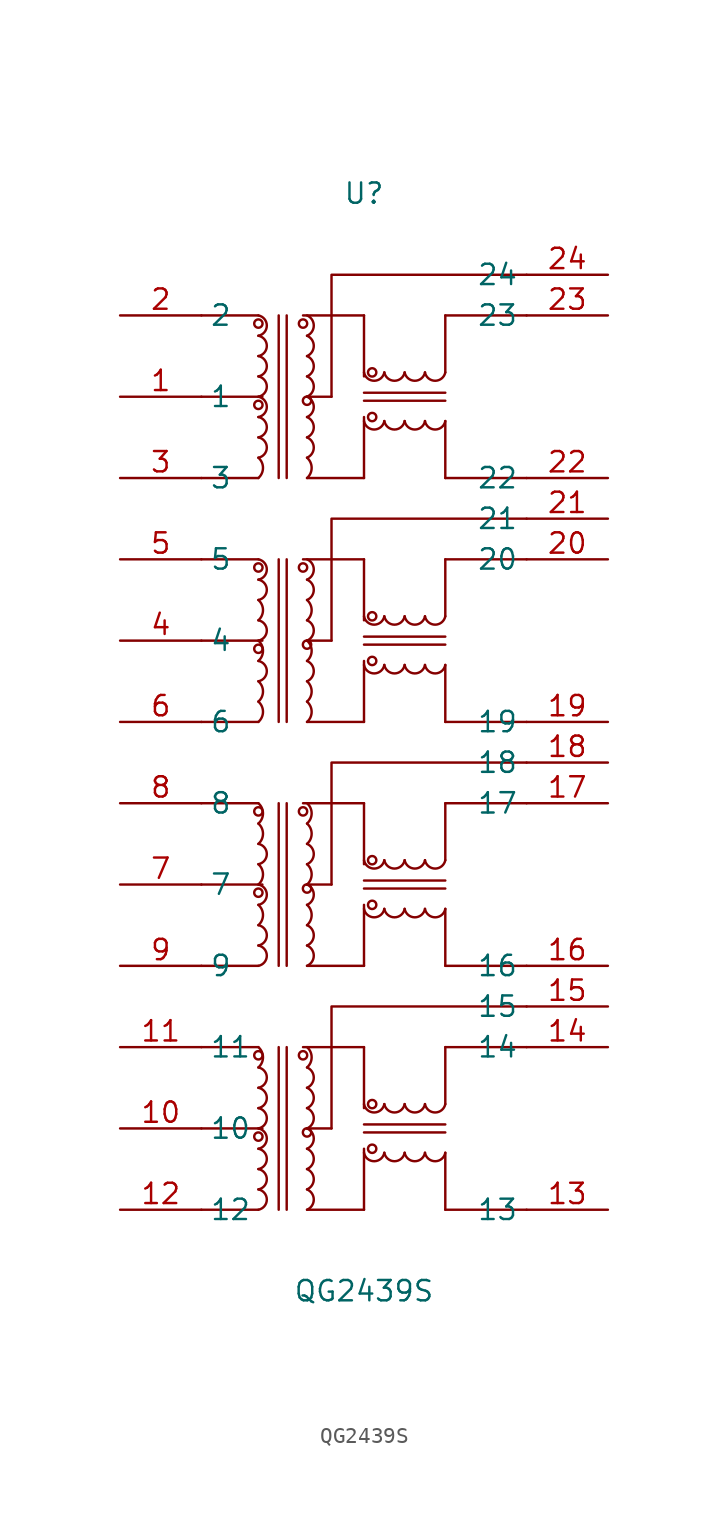
<source format=kicad_sym>
(kicad_symbol_lib
  (version 20211014)
  (generator https://github.com/uPesy/easyeda2kicad.py)
  (symbol "QG2439S"
    (property "Reference" "U"
      (at 0 35.56 0)
      (effects (font (size 1.27 1.27))))
    (property "Value" "QG2439S"
      (at 0 -33.02 0)
      (effects (font (size 1.27 1.27))))
    (symbol "QG2439S_0_1"
      (circle (center 0.51 21.59) (radius 0.26) (stroke (width 0) (type default) (color 0 0 0 0)) (fill (type none)))
      (circle (center 0.51 24.38) (radius 0.26) (stroke (width 0) (type default) (color 0 0 0 0)) (fill (type none)))
      (circle (center -3.81 27.43) (radius 0.26) (stroke (width 0) (type default) (color 0 0 0 0)) (fill (type none)))
      (circle (center -6.60 27.43) (radius 0.26) (stroke (width 0) (type default) (color 0 0 0 0)) (fill (type none)))
      (circle (center -6.60 22.35) (radius 0.26) (stroke (width 0) (type default) (color 0 0 0 0)) (fill (type none)))
      (circle (center -3.56 22.61) (radius 0.26) (stroke (width 0) (type default) (color 0 0 0 0)) (fill (type none)))
      (circle (center -3.56 7.37) (radius 0.26) (stroke (width 0) (type default) (color 0 0 0 0)) (fill (type none)))
      (circle (center -6.60 7.11) (radius 0.26) (stroke (width 0) (type default) (color 0 0 0 0)) (fill (type none)))
      (circle (center -6.60 12.19) (radius 0.26) (stroke (width 0) (type default) (color 0 0 0 0)) (fill (type none)))
      (circle (center -3.81 12.19) (radius 0.26) (stroke (width 0) (type default) (color 0 0 0 0)) (fill (type none)))
      (circle (center 0.51 9.14) (radius 0.26) (stroke (width 0) (type default) (color 0 0 0 0)) (fill (type none)))
      (circle (center 0.51 6.35) (radius 0.26) (stroke (width 0) (type default) (color 0 0 0 0)) (fill (type none)))
      (circle (center -3.56 -7.87) (radius 0.26) (stroke (width 0) (type default) (color 0 0 0 0)) (fill (type none)))
      (circle (center -6.60 -8.13) (radius 0.26) (stroke (width 0) (type default) (color 0 0 0 0)) (fill (type none)))
      (circle (center -6.60 -3.05) (radius 0.26) (stroke (width 0) (type default) (color 0 0 0 0)) (fill (type none)))
      (circle (center -3.81 -3.05) (radius 0.26) (stroke (width 0) (type default) (color 0 0 0 0)) (fill (type none)))
      (circle (center 0.51 -6.10) (radius 0.26) (stroke (width 0) (type default) (color 0 0 0 0)) (fill (type none)))
      (circle (center 0.51 -8.89) (radius 0.26) (stroke (width 0) (type default) (color 0 0 0 0)) (fill (type none)))
      (circle (center -3.56 -23.11) (radius 0.26) (stroke (width 0) (type default) (color 0 0 0 0)) (fill (type none)))
      (circle (center -6.60 -23.37) (radius 0.26) (stroke (width 0) (type default) (color 0 0 0 0)) (fill (type none)))
      (circle (center -6.60 -18.29) (radius 0.26) (stroke (width 0) (type default) (color 0 0 0 0)) (fill (type none)))
      (circle (center -3.81 -18.29) (radius 0.26) (stroke (width 0) (type default) (color 0 0 0 0)) (fill (type none)))
      (circle (center 0.51 -21.34) (radius 0.26) (stroke (width 0) (type default) (color 0 0 0 0)) (fill (type none)))
      (circle (center 0.51 -24.13) (radius 0.26) (stroke (width 0) (type default) (color 0 0 0 0)) (fill (type none)))
      (arc (start 0.00 -21.34) (mid 0.80 -20.59) (end 1.27 -21.34) (stroke (width 0) (type default) (color 0 0 0 0)) (fill (type none)))
      (arc (start 1.27 -21.34) (mid 2.07 -20.59) (end 2.54 -21.34) (stroke (width 0) (type default) (color 0 0 0 0)) (fill (type none)))
      (arc (start 2.54 -21.34) (mid 3.34 -20.59) (end 3.81 -21.34) (stroke (width 0) (type default) (color 0 0 0 0)) (fill (type none)))
      (arc (start 3.81 -21.34) (mid 4.61 -20.59) (end 5.08 -21.34) (stroke (width 0) (type default) (color 0 0 0 0)) (fill (type none)))
      (arc (start 0.00 -24.38) (mid 0.80 -23.64) (end 1.27 -24.38) (stroke (width 0) (type default) (color 0 0 0 0)) (fill (type none)))
      (arc (start 1.27 -24.38) (mid 2.07 -23.64) (end 2.54 -24.38) (stroke (width 0) (type default) (color 0 0 0 0)) (fill (type none)))
      (arc (start 2.54 -24.38) (mid 3.34 -23.64) (end 3.81 -24.38) (stroke (width 0) (type default) (color 0 0 0 0)) (fill (type none)))
      (arc (start 3.81 -24.38) (mid 4.61 -23.64) (end 5.08 -24.38) (stroke (width 0) (type default) (color 0 0 0 0)) (fill (type none)))
      (arc (start -3.56 -27.94) (mid -3.90 -26.62) (end -3.56 -26.67) (stroke (width 0) (type default) (color 0 0 0 0)) (fill (type none)))
      (arc (start -3.56 -26.67) (mid -3.90 -25.35) (end -3.56 -25.40) (stroke (width 0) (type default) (color 0 0 0 0)) (fill (type none)))
      (arc (start -3.56 -25.40) (mid -3.90 -24.08) (end -3.56 -24.13) (stroke (width 0) (type default) (color 0 0 0 0)) (fill (type none)))
      (arc (start -3.56 -24.13) (mid -3.90 -22.81) (end -3.56 -22.86) (stroke (width 0) (type default) (color 0 0 0 0)) (fill (type none)))
      (arc (start -3.56 -22.86) (mid -3.90 -21.54) (end -3.56 -21.59) (stroke (width 0) (type default) (color 0 0 0 0)) (fill (type none)))
      (arc (start -3.56 -21.59) (mid -3.90 -20.27) (end -3.56 -20.32) (stroke (width 0) (type default) (color 0 0 0 0)) (fill (type none)))
      (arc (start -3.56 -20.32) (mid -3.90 -19.00) (end -3.56 -19.05) (stroke (width 0) (type default) (color 0 0 0 0)) (fill (type none)))
      (arc (start -3.56 -19.05) (mid -3.40 -17.67) (end -3.56 -17.78) (stroke (width 0) (type default) (color 0 0 0 0)) (fill (type none)))
      (arc (start -6.60 -27.94) (mid -5.85 -27.44) (end -6.60 -26.67) (stroke (width 0) (type default) (color 0 0 0 0)) (fill (type none)))
      (arc (start -6.60 -26.67) (mid -5.85 -26.17) (end -6.60 -25.40) (stroke (width 0) (type default) (color 0 0 0 0)) (fill (type none)))
      (arc (start -6.60 -25.40) (mid -5.85 -24.90) (end -6.60 -24.13) (stroke (width 0) (type default) (color 0 0 0 0)) (fill (type none)))
      (arc (start -6.60 -24.13) (mid -5.85 -23.63) (end -6.60 -22.86) (stroke (width 0) (type default) (color 0 0 0 0)) (fill (type none)))
      (arc (start -6.60 -22.86) (mid -5.85 -22.36) (end -6.60 -21.59) (stroke (width 0) (type default) (color 0 0 0 0)) (fill (type none)))
      (arc (start -6.60 -21.59) (mid -5.85 -21.09) (end -6.60 -20.32) (stroke (width 0) (type default) (color 0 0 0 0)) (fill (type none)))
      (arc (start -6.60 -20.32) (mid -5.85 -19.82) (end -6.60 -19.05) (stroke (width 0) (type default) (color 0 0 0 0)) (fill (type none)))
      (arc (start -6.60 -19.05) (mid -6.44 -17.67) (end -6.60 -17.78) (stroke (width 0) (type default) (color 0 0 0 0)) (fill (type none)))
      (arc (start -6.60 -3.81) (mid -6.44 -2.43) (end -6.60 -2.54) (stroke (width 0) (type default) (color 0 0 0 0)) (fill (type none)))
      (arc (start -6.60 -5.08) (mid -6.44 -3.70) (end -6.60 -3.81) (stroke (width 0) (type default) (color 0 0 0 0)) (fill (type none)))
      (arc (start -6.60 -6.35) (mid -5.85 -5.85) (end -6.60 -5.08) (stroke (width 0) (type default) (color 0 0 0 0)) (fill (type none)))
      (arc (start -6.60 -7.62) (mid -6.44 -6.24) (end -6.60 -6.35) (stroke (width 0) (type default) (color 0 0 0 0)) (fill (type none)))
      (arc (start -6.60 -8.89) (mid -5.85 -8.39) (end -6.60 -7.62) (stroke (width 0) (type default) (color 0 0 0 0)) (fill (type none)))
      (arc (start -6.60 -10.16) (mid -6.44 -8.78) (end -6.60 -8.89) (stroke (width 0) (type default) (color 0 0 0 0)) (fill (type none)))
      (arc (start -6.60 -11.43) (mid -5.85 -10.93) (end -6.60 -10.16) (stroke (width 0) (type default) (color 0 0 0 0)) (fill (type none)))
      (arc (start -6.60 -12.70) (mid -5.85 -12.20) (end -6.60 -11.43) (stroke (width 0) (type default) (color 0 0 0 0)) (fill (type none)))
      (arc (start -3.56 -3.81) (mid -3.40 -2.43) (end -3.56 -2.54) (stroke (width 0) (type default) (color 0 0 0 0)) (fill (type none)))
      (arc (start -3.56 -5.08) (mid -3.40 -3.70) (end -3.56 -3.81) (stroke (width 0) (type default) (color 0 0 0 0)) (fill (type none)))
      (arc (start -3.56 -6.35) (mid -3.90 -5.03) (end -3.56 -5.08) (stroke (width 0) (type default) (color 0 0 0 0)) (fill (type none)))
      (arc (start -3.56 -7.62) (mid -3.40 -6.24) (end -3.56 -6.35) (stroke (width 0) (type default) (color 0 0 0 0)) (fill (type none)))
      (arc (start -3.56 -8.89) (mid -3.90 -7.57) (end -3.56 -7.62) (stroke (width 0) (type default) (color 0 0 0 0)) (fill (type none)))
      (arc (start -3.56 -10.16) (mid -3.40 -8.78) (end -3.56 -8.89) (stroke (width 0) (type default) (color 0 0 0 0)) (fill (type none)))
      (arc (start -3.56 -11.43) (mid -3.90 -10.11) (end -3.56 -10.16) (stroke (width 0) (type default) (color 0 0 0 0)) (fill (type none)))
      (arc (start -3.56 -12.70) (mid -3.90 -11.38) (end -3.56 -11.43) (stroke (width 0) (type default) (color 0 0 0 0)) (fill (type none)))
      (arc (start 3.81 -9.14) (mid 4.61 -8.40) (end 5.08 -9.14) (stroke (width 0) (type default) (color 0 0 0 0)) (fill (type none)))
      (arc (start 2.54 -9.14) (mid 3.34 -8.40) (end 3.81 -9.14) (stroke (width 0) (type default) (color 0 0 0 0)) (fill (type none)))
      (arc (start 1.27 -9.14) (mid 2.07 -8.40) (end 2.54 -9.14) (stroke (width 0) (type default) (color 0 0 0 0)) (fill (type none)))
      (arc (start 0.00 -9.14) (mid 0.80 -8.40) (end 1.27 -9.14) (stroke (width 0) (type default) (color 0 0 0 0)) (fill (type none)))
      (arc (start 3.81 -6.10) (mid 4.61 -5.35) (end 5.08 -6.10) (stroke (width 0) (type default) (color 0 0 0 0)) (fill (type none)))
      (arc (start 2.54 -6.10) (mid 3.34 -5.35) (end 3.81 -6.10) (stroke (width 0) (type default) (color 0 0 0 0)) (fill (type none)))
      (arc (start 1.27 -6.10) (mid 2.07 -5.35) (end 2.54 -6.10) (stroke (width 0) (type default) (color 0 0 0 0)) (fill (type none)))
      (arc (start 0.00 -6.10) (mid 0.80 -5.35) (end 1.27 -6.10) (stroke (width 0) (type default) (color 0 0 0 0)) (fill (type none)))
      (arc (start -6.60 11.43) (mid -5.85 11.93) (end -6.60 12.70) (stroke (width 0) (type default) (color 0 0 0 0)) (fill (type none)))
      (arc (start -6.60 10.16) (mid -5.85 10.66) (end -6.60 11.43) (stroke (width 0) (type default) (color 0 0 0 0)) (fill (type none)))
      (arc (start -6.60 8.89) (mid -6.44 10.27) (end -6.60 10.16) (stroke (width 0) (type default) (color 0 0 0 0)) (fill (type none)))
      (arc (start -6.60 7.62) (mid -5.85 8.12) (end -6.60 8.89) (stroke (width 0) (type default) (color 0 0 0 0)) (fill (type none)))
      (arc (start -6.60 6.35) (mid -6.44 7.73) (end -6.60 7.62) (stroke (width 0) (type default) (color 0 0 0 0)) (fill (type none)))
      (arc (start -6.60 5.08) (mid -5.85 5.58) (end -6.60 6.35) (stroke (width 0) (type default) (color 0 0 0 0)) (fill (type none)))
      (arc (start -6.60 3.81) (mid -6.44 5.19) (end -6.60 5.08) (stroke (width 0) (type default) (color 0 0 0 0)) (fill (type none)))
      (arc (start -6.60 2.54) (mid -6.44 3.92) (end -6.60 3.81) (stroke (width 0) (type default) (color 0 0 0 0)) (fill (type none)))
      (arc (start -3.56 11.43) (mid -3.90 12.75) (end -3.56 12.70) (stroke (width 0) (type default) (color 0 0 0 0)) (fill (type none)))
      (arc (start -3.56 10.16) (mid -3.90 11.48) (end -3.56 11.43) (stroke (width 0) (type default) (color 0 0 0 0)) (fill (type none)))
      (arc (start -3.56 8.89) (mid -3.40 10.27) (end -3.56 10.16) (stroke (width 0) (type default) (color 0 0 0 0)) (fill (type none)))
      (arc (start -3.56 7.62) (mid -3.90 8.94) (end -3.56 8.89) (stroke (width 0) (type default) (color 0 0 0 0)) (fill (type none)))
      (arc (start -3.56 6.35) (mid -3.40 7.73) (end -3.56 7.62) (stroke (width 0) (type default) (color 0 0 0 0)) (fill (type none)))
      (arc (start -3.56 5.08) (mid -3.90 6.40) (end -3.56 6.35) (stroke (width 0) (type default) (color 0 0 0 0)) (fill (type none)))
      (arc (start -3.56 3.81) (mid -3.40 5.19) (end -3.56 5.08) (stroke (width 0) (type default) (color 0 0 0 0)) (fill (type none)))
      (arc (start -3.56 2.54) (mid -3.40 3.92) (end -3.56 3.81) (stroke (width 0) (type default) (color 0 0 0 0)) (fill (type none)))
      (arc (start 3.81 6.10) (mid 4.61 6.84) (end 5.08 6.10) (stroke (width 0) (type default) (color 0 0 0 0)) (fill (type none)))
      (arc (start 2.54 6.10) (mid 3.34 6.84) (end 3.81 6.10) (stroke (width 0) (type default) (color 0 0 0 0)) (fill (type none)))
      (arc (start 1.27 6.10) (mid 2.07 6.84) (end 2.54 6.10) (stroke (width 0) (type default) (color 0 0 0 0)) (fill (type none)))
      (arc (start 0.00 6.10) (mid 0.80 6.84) (end 1.27 6.10) (stroke (width 0) (type default) (color 0 0 0 0)) (fill (type none)))
      (arc (start 3.81 9.14) (mid 4.61 9.89) (end 5.08 9.14) (stroke (width 0) (type default) (color 0 0 0 0)) (fill (type none)))
      (arc (start 2.54 9.14) (mid 3.34 9.89) (end 3.81 9.14) (stroke (width 0) (type default) (color 0 0 0 0)) (fill (type none)))
      (arc (start 1.27 9.14) (mid 2.07 9.89) (end 2.54 9.14) (stroke (width 0) (type default) (color 0 0 0 0)) (fill (type none)))
      (arc (start 0.00 9.14) (mid 0.80 9.89) (end 1.27 9.14) (stroke (width 0) (type default) (color 0 0 0 0)) (fill (type none)))
      (arc (start -6.60 26.67) (mid -5.85 27.17) (end -6.60 27.94) (stroke (width 0) (type default) (color 0 0 0 0)) (fill (type none)))
      (arc (start -6.60 25.40) (mid -5.85 25.90) (end -6.60 26.67) (stroke (width 0) (type default) (color 0 0 0 0)) (fill (type none)))
      (arc (start -6.60 24.13) (mid -5.85 24.63) (end -6.60 25.40) (stroke (width 0) (type default) (color 0 0 0 0)) (fill (type none)))
      (arc (start -6.60 22.86) (mid -5.85 23.36) (end -6.60 24.13) (stroke (width 0) (type default) (color 0 0 0 0)) (fill (type none)))
      (arc (start -6.60 21.59) (mid -5.85 22.09) (end -6.60 22.86) (stroke (width 0) (type default) (color 0 0 0 0)) (fill (type none)))
      (arc (start -6.60 20.32) (mid -5.85 20.82) (end -6.60 21.59) (stroke (width 0) (type default) (color 0 0 0 0)) (fill (type none)))
      (arc (start -6.60 19.05) (mid -5.85 19.55) (end -6.60 20.32) (stroke (width 0) (type default) (color 0 0 0 0)) (fill (type none)))
      (arc (start -6.60 17.78) (mid -6.44 19.16) (end -6.60 19.05) (stroke (width 0) (type default) (color 0 0 0 0)) (fill (type none)))
      (arc (start -3.56 26.67) (mid -3.90 27.99) (end -3.56 27.94) (stroke (width 0) (type default) (color 0 0 0 0)) (fill (type none)))
      (arc (start -3.56 25.40) (mid -3.90 26.72) (end -3.56 26.67) (stroke (width 0) (type default) (color 0 0 0 0)) (fill (type none)))
      (arc (start -3.56 24.13) (mid -3.90 25.45) (end -3.56 25.40) (stroke (width 0) (type default) (color 0 0 0 0)) (fill (type none)))
      (arc (start -3.56 22.86) (mid -3.90 24.18) (end -3.56 24.13) (stroke (width 0) (type default) (color 0 0 0 0)) (fill (type none)))
      (arc (start -3.56 21.59) (mid -3.90 22.91) (end -3.56 22.86) (stroke (width 0) (type default) (color 0 0 0 0)) (fill (type none)))
      (arc (start -3.56 20.32) (mid -3.90 21.64) (end -3.56 21.59) (stroke (width 0) (type default) (color 0 0 0 0)) (fill (type none)))
      (arc (start -3.56 19.05) (mid -3.90 20.37) (end -3.56 20.32) (stroke (width 0) (type default) (color 0 0 0 0)) (fill (type none)))
      (arc (start -3.56 17.78) (mid -3.40 19.16) (end -3.56 19.05) (stroke (width 0) (type default) (color 0 0 0 0)) (fill (type none)))
      (arc (start 3.81 21.34) (mid 4.61 22.08) (end 5.08 21.34) (stroke (width 0) (type default) (color 0 0 0 0)) (fill (type none)))
      (arc (start 2.54 21.34) (mid 3.34 22.08) (end 3.81 21.34) (stroke (width 0) (type default) (color 0 0 0 0)) (fill (type none)))
      (arc (start 1.27 21.34) (mid 2.07 22.08) (end 2.54 21.34) (stroke (width 0) (type default) (color 0 0 0 0)) (fill (type none)))
      (arc (start 0.00 21.34) (mid 0.80 22.08) (end 1.27 21.34) (stroke (width 0) (type default) (color 0 0 0 0)) (fill (type none)))
      (arc (start 3.81 24.38) (mid 4.61 25.13) (end 5.08 24.38) (stroke (width 0) (type default) (color 0 0 0 0)) (fill (type none)))
      (arc (start 2.54 24.38) (mid 3.34 25.13) (end 3.81 24.38) (stroke (width 0) (type default) (color 0 0 0 0)) (fill (type none)))
      (arc (start 1.27 24.38) (mid 2.07 25.13) (end 2.54 24.38) (stroke (width 0) (type default) (color 0 0 0 0)) (fill (type none)))
      (arc (start 0.00 24.38) (mid 0.80 25.13) (end 1.27 24.38) (stroke (width 0) (type default) (color 0 0 0 0)) (fill (type none)))
      (polyline (pts (xy 5.08 17.78) (xy 10.16 17.78)) (stroke (width 0) (type default) (color 0 0 0 0)) (fill (type none)))
      (polyline (pts (xy 5.08 27.94) (xy 10.16 27.94)) (stroke (width 0) (type default) (color 0 0 0 0)) (fill (type none)))
      (polyline (pts (xy 5.08 17.78) (xy 5.08 21.34)) (stroke (width 0) (type default) (color 0 0 0 0)) (fill (type none)))
      (polyline (pts (xy 0.00 17.78) (xy 0.00 21.59)) (stroke (width 0) (type default) (color 0 0 0 0)) (fill (type none)))
      (polyline (pts (xy 5.08 27.94) (xy 5.08 24.38)) (stroke (width 0) (type default) (color 0 0 0 0)) (fill (type none)))
      (polyline (pts (xy 0.00 27.94) (xy 0.00 24.13)) (stroke (width 0) (type default) (color 0 0 0 0)) (fill (type none)))
      (polyline (pts (xy 5.08 22.61) (xy 0.00 22.61)) (stroke (width 0) (type default) (color 0 0 0 0)) (fill (type none)))
      (polyline (pts (xy 5.08 23.11) (xy 0.00 23.11)) (stroke (width 0) (type default) (color 0 0 0 0)) (fill (type none)))
      (polyline (pts (xy 0.00 17.78) (xy -3.56 17.78)) (stroke (width 0) (type default) (color 0 0 0 0)) (fill (type none)))
      (polyline (pts (xy -2.03 22.86) (xy -3.56 22.86)) (stroke (width 0) (type default) (color 0 0 0 0)) (fill (type none)))
      (polyline (pts (xy 0.00 27.94) (xy -3.81 27.94)) (stroke (width 0) (type default) (color 0 0 0 0)) (fill (type none)))
      (polyline (pts (xy -10.16 27.94) (xy -6.60 27.94)) (stroke (width 0) (type default) (color 0 0 0 0)) (fill (type none)))
      (polyline (pts (xy -6.60 17.78) (xy -10.16 17.78)) (stroke (width 0) (type default) (color 0 0 0 0)) (fill (type none)))
      (polyline (pts (xy -5.33 17.78) (xy -5.33 27.94)) (stroke (width 0) (type default) (color 0 0 0 0)) (fill (type none)))
      (polyline (pts (xy -4.83 17.78) (xy -4.83 27.94)) (stroke (width 0) (type default) (color 0 0 0 0)) (fill (type none)))
      (polyline (pts (xy -10.16 22.86) (xy -6.35 22.86)) (stroke (width 0) (type default) (color 0 0 0 0)) (fill (type none)))
      (polyline (pts (xy -2.03 22.86) (xy -2.03 30.48) (xy 10.16 30.48)) (stroke (width 0) (type default) (color 0 0 0 0)) (fill (type none)))
      (polyline (pts (xy -2.03 7.62) (xy -2.03 15.24) (xy 10.16 15.24)) (stroke (width 0) (type default) (color 0 0 0 0)) (fill (type none)))
      (polyline (pts (xy -10.16 7.62) (xy -6.35 7.62)) (stroke (width 0) (type default) (color 0 0 0 0)) (fill (type none)))
      (polyline (pts (xy -4.83 2.54) (xy -4.83 12.70)) (stroke (width 0) (type default) (color 0 0 0 0)) (fill (type none)))
      (polyline (pts (xy -5.33 2.54) (xy -5.33 12.70)) (stroke (width 0) (type default) (color 0 0 0 0)) (fill (type none)))
      (polyline (pts (xy -6.60 2.54) (xy -10.16 2.54)) (stroke (width 0) (type default) (color 0 0 0 0)) (fill (type none)))
      (polyline (pts (xy -10.16 12.70) (xy -6.60 12.70)) (stroke (width 0) (type default) (color 0 0 0 0)) (fill (type none)))
      (polyline (pts (xy 0.00 12.70) (xy -3.81 12.70)) (stroke (width 0) (type default) (color 0 0 0 0)) (fill (type none)))
      (polyline (pts (xy -2.03 7.62) (xy -3.56 7.62)) (stroke (width 0) (type default) (color 0 0 0 0)) (fill (type none)))
      (polyline (pts (xy 0.00 2.54) (xy -3.56 2.54)) (stroke (width 0) (type default) (color 0 0 0 0)) (fill (type none)))
      (polyline (pts (xy 5.08 7.87) (xy 0.00 7.87)) (stroke (width 0) (type default) (color 0 0 0 0)) (fill (type none)))
      (polyline (pts (xy 5.08 7.37) (xy 0.00 7.37)) (stroke (width 0) (type default) (color 0 0 0 0)) (fill (type none)))
      (polyline (pts (xy 0.00 12.70) (xy 0.00 8.89)) (stroke (width 0) (type default) (color 0 0 0 0)) (fill (type none)))
      (polyline (pts (xy 5.08 12.70) (xy 5.08 9.14)) (stroke (width 0) (type default) (color 0 0 0 0)) (fill (type none)))
      (polyline (pts (xy 0.00 2.54) (xy 0.00 6.35)) (stroke (width 0) (type default) (color 0 0 0 0)) (fill (type none)))
      (polyline (pts (xy 5.08 2.54) (xy 5.08 6.10)) (stroke (width 0) (type default) (color 0 0 0 0)) (fill (type none)))
      (polyline (pts (xy 5.08 12.70) (xy 10.16 12.70)) (stroke (width 0) (type default) (color 0 0 0 0)) (fill (type none)))
      (polyline (pts (xy 5.08 2.54) (xy 10.16 2.54)) (stroke (width 0) (type default) (color 0 0 0 0)) (fill (type none)))
      (polyline (pts (xy -2.03 -7.62) (xy -2.03 -0.00) (xy 10.16 -0.00)) (stroke (width 0) (type default) (color 0 0 0 0)) (fill (type none)))
      (polyline (pts (xy -10.16 -7.62) (xy -6.35 -7.62)) (stroke (width 0) (type default) (color 0 0 0 0)) (fill (type none)))
      (polyline (pts (xy -4.83 -12.70) (xy -4.83 -2.54)) (stroke (width 0) (type default) (color 0 0 0 0)) (fill (type none)))
      (polyline (pts (xy -5.33 -12.70) (xy -5.33 -2.54)) (stroke (width 0) (type default) (color 0 0 0 0)) (fill (type none)))
      (polyline (pts (xy -6.60 -12.70) (xy -10.16 -12.70)) (stroke (width 0) (type default) (color 0 0 0 0)) (fill (type none)))
      (polyline (pts (xy -10.16 -2.54) (xy -6.60 -2.54)) (stroke (width 0) (type default) (color 0 0 0 0)) (fill (type none)))
      (polyline (pts (xy 0.00 -2.54) (xy -3.81 -2.54)) (stroke (width 0) (type default) (color 0 0 0 0)) (fill (type none)))
      (polyline (pts (xy -2.03 -7.62) (xy -3.56 -7.62)) (stroke (width 0) (type default) (color 0 0 0 0)) (fill (type none)))
      (polyline (pts (xy 0.00 -12.70) (xy -3.56 -12.70)) (stroke (width 0) (type default) (color 0 0 0 0)) (fill (type none)))
      (polyline (pts (xy 5.08 -7.37) (xy 0.00 -7.37)) (stroke (width 0) (type default) (color 0 0 0 0)) (fill (type none)))
      (polyline (pts (xy 5.08 -7.87) (xy 0.00 -7.87)) (stroke (width 0) (type default) (color 0 0 0 0)) (fill (type none)))
      (polyline (pts (xy 0.00 -2.54) (xy 0.00 -6.35)) (stroke (width 0) (type default) (color 0 0 0 0)) (fill (type none)))
      (polyline (pts (xy 5.08 -2.54) (xy 5.08 -6.10)) (stroke (width 0) (type default) (color 0 0 0 0)) (fill (type none)))
      (polyline (pts (xy 0.00 -12.70) (xy 0.00 -8.89)) (stroke (width 0) (type default) (color 0 0 0 0)) (fill (type none)))
      (polyline (pts (xy 5.08 -12.70) (xy 5.08 -9.14)) (stroke (width 0) (type default) (color 0 0 0 0)) (fill (type none)))
      (polyline (pts (xy 5.08 -2.54) (xy 10.16 -2.54)) (stroke (width 0) (type default) (color 0 0 0 0)) (fill (type none)))
      (polyline (pts (xy 5.08 -12.70) (xy 10.16 -12.70)) (stroke (width 0) (type default) (color 0 0 0 0)) (fill (type none)))
      (polyline (pts (xy -2.03 -22.86) (xy -2.03 -15.24) (xy 10.16 -15.24)) (stroke (width 0) (type default) (color 0 0 0 0)) (fill (type none)))
      (polyline (pts (xy -10.16 -22.86) (xy -6.35 -22.86)) (stroke (width 0) (type default) (color 0 0 0 0)) (fill (type none)))
      (polyline (pts (xy -4.83 -27.94) (xy -4.83 -17.78)) (stroke (width 0) (type default) (color 0 0 0 0)) (fill (type none)))
      (polyline (pts (xy -5.33 -27.94) (xy -5.33 -17.78)) (stroke (width 0) (type default) (color 0 0 0 0)) (fill (type none)))
      (polyline (pts (xy -6.60 -27.94) (xy -10.16 -27.94)) (stroke (width 0) (type default) (color 0 0 0 0)) (fill (type none)))
      (polyline (pts (xy -10.16 -17.78) (xy -6.60 -17.78)) (stroke (width 0) (type default) (color 0 0 0 0)) (fill (type none)))
      (polyline (pts (xy 0.00 -17.78) (xy -3.81 -17.78)) (stroke (width 0) (type default) (color 0 0 0 0)) (fill (type none)))
      (polyline (pts (xy -2.03 -22.86) (xy -3.56 -22.86)) (stroke (width 0) (type default) (color 0 0 0 0)) (fill (type none)))
      (polyline (pts (xy 0.00 -27.94) (xy -3.56 -27.94)) (stroke (width 0) (type default) (color 0 0 0 0)) (fill (type none)))
      (polyline (pts (xy 5.08 -22.61) (xy 0.00 -22.61)) (stroke (width 0) (type default) (color 0 0 0 0)) (fill (type none)))
      (polyline (pts (xy 5.08 -23.11) (xy 0.00 -23.11)) (stroke (width 0) (type default) (color 0 0 0 0)) (fill (type none)))
      (polyline (pts (xy 0.00 -17.78) (xy 0.00 -21.59)) (stroke (width 0) (type default) (color 0 0 0 0)) (fill (type none)))
      (polyline (pts (xy 5.08 -17.78) (xy 5.08 -21.34)) (stroke (width 0) (type default) (color 0 0 0 0)) (fill (type none)))
      (polyline (pts (xy 0.00 -27.94) (xy 0.00 -24.13)) (stroke (width 0) (type default) (color 0 0 0 0)) (fill (type none)))
      (polyline (pts (xy 5.08 -27.94) (xy 5.08 -24.38)) (stroke (width 0) (type default) (color 0 0 0 0)) (fill (type none)))
      (polyline (pts (xy 5.08 -17.78) (xy 10.16 -17.78)) (stroke (width 0) (type default) (color 0 0 0 0)) (fill (type none)))
      (polyline (pts (xy 5.08 -27.94) (xy 10.16 -27.94)) (stroke (width 0) (type default) (color 0 0 0 0)) (fill (type none)))
      (pin unspecified line (at -15.24 22.86 0) (length 5.08) (name "1" (effects (font (size 1.27 1.27)))) (number "1" (effects (font (size 1.27 1.27)))))
      (pin unspecified line (at -15.24 27.94 0) (length 5.08) (name "2" (effects (font (size 1.27 1.27)))) (number "2" (effects (font (size 1.27 1.27)))))
      (pin unspecified line (at -15.24 17.78 0) (length 5.08) (name "3" (effects (font (size 1.27 1.27)))) (number "3" (effects (font (size 1.27 1.27)))))
      (pin unspecified line (at -15.24 7.62 0) (length 5.08) (name "4" (effects (font (size 1.27 1.27)))) (number "4" (effects (font (size 1.27 1.27)))))
      (pin unspecified line (at -15.24 12.70 0) (length 5.08) (name "5" (effects (font (size 1.27 1.27)))) (number "5" (effects (font (size 1.27 1.27)))))
      (pin unspecified line (at -15.24 2.54 0) (length 5.08) (name "6" (effects (font (size 1.27 1.27)))) (number "6" (effects (font (size 1.27 1.27)))))
      (pin unspecified line (at -15.24 -7.62 0) (length 5.08) (name "7" (effects (font (size 1.27 1.27)))) (number "7" (effects (font (size 1.27 1.27)))))
      (pin unspecified line (at -15.24 -2.54 0) (length 5.08) (name "8" (effects (font (size 1.27 1.27)))) (number "8" (effects (font (size 1.27 1.27)))))
      (pin unspecified line (at -15.24 -12.70 0) (length 5.08) (name "9" (effects (font (size 1.27 1.27)))) (number "9" (effects (font (size 1.27 1.27)))))
      (pin unspecified line (at -15.24 -22.86 0) (length 5.08) (name "10" (effects (font (size 1.27 1.27)))) (number "10" (effects (font (size 1.27 1.27)))))
      (pin unspecified line (at -15.24 -17.78 0) (length 5.08) (name "11" (effects (font (size 1.27 1.27)))) (number "11" (effects (font (size 1.27 1.27)))))
      (pin unspecified line (at -15.24 -27.94 0) (length 5.08) (name "12" (effects (font (size 1.27 1.27)))) (number "12" (effects (font (size 1.27 1.27)))))
      (pin unspecified line (at 15.24 -27.94 180) (length 5.08) (name "13" (effects (font (size 1.27 1.27)))) (number "13" (effects (font (size 1.27 1.27)))))
      (pin unspecified line (at 15.24 -17.78 180) (length 5.08) (name "14" (effects (font (size 1.27 1.27)))) (number "14" (effects (font (size 1.27 1.27)))))
      (pin unspecified line (at 15.24 -15.24 180) (length 5.08) (name "15" (effects (font (size 1.27 1.27)))) (number "15" (effects (font (size 1.27 1.27)))))
      (pin unspecified line (at 15.24 -12.70 180) (length 5.08) (name "16" (effects (font (size 1.27 1.27)))) (number "16" (effects (font (size 1.27 1.27)))))
      (pin unspecified line (at 15.24 -2.54 180) (length 5.08) (name "17" (effects (font (size 1.27 1.27)))) (number "17" (effects (font (size 1.27 1.27)))))
      (pin unspecified line (at 15.24 -0.00 180) (length 5.08) (name "18" (effects (font (size 1.27 1.27)))) (number "18" (effects (font (size 1.27 1.27)))))
      (pin unspecified line (at 15.24 2.54 180) (length 5.08) (name "19" (effects (font (size 1.27 1.27)))) (number "19" (effects (font (size 1.27 1.27)))))
      (pin unspecified line (at 15.24 12.70 180) (length 5.08) (name "20" (effects (font (size 1.27 1.27)))) (number "20" (effects (font (size 1.27 1.27)))))
      (pin unspecified line (at 15.24 15.24 180) (length 5.08) (name "21" (effects (font (size 1.27 1.27)))) (number "21" (effects (font (size 1.27 1.27)))))
      (pin unspecified line (at 15.24 17.78 180) (length 5.08) (name "22" (effects (font (size 1.27 1.27)))) (number "22" (effects (font (size 1.27 1.27)))))
      (pin unspecified line (at 15.24 27.94 180) (length 5.08) (name "23" (effects (font (size 1.27 1.27)))) (number "23" (effects (font (size 1.27 1.27)))))
      (pin unspecified line (at 15.24 30.48 180) (length 5.08) (name "24" (effects (font (size 1.27 1.27)))) (number "24" (effects (font (size 1.27 1.27))))))))
</source>
